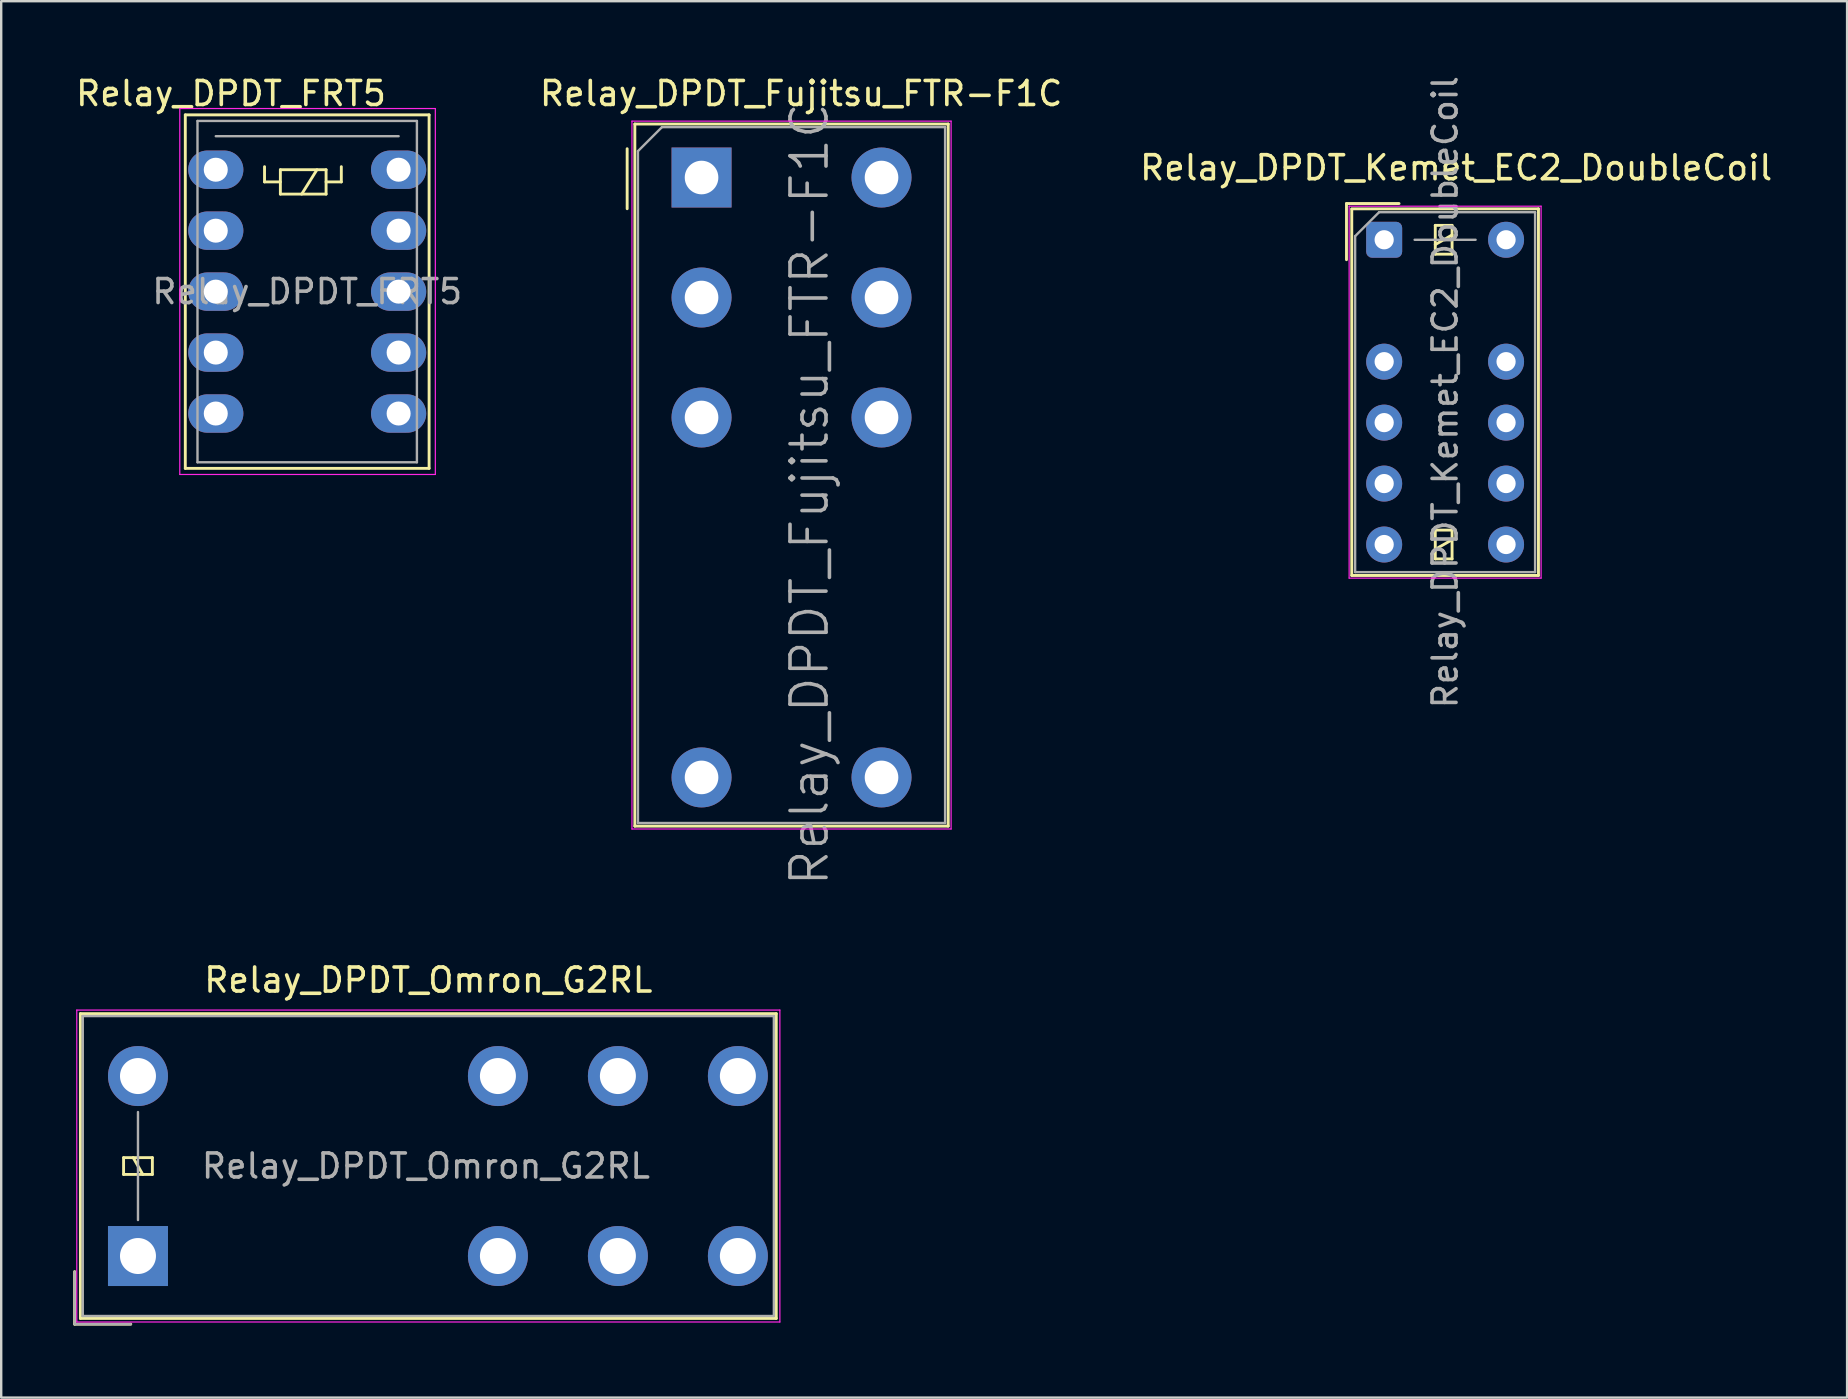
<source format=kicad_pcb>
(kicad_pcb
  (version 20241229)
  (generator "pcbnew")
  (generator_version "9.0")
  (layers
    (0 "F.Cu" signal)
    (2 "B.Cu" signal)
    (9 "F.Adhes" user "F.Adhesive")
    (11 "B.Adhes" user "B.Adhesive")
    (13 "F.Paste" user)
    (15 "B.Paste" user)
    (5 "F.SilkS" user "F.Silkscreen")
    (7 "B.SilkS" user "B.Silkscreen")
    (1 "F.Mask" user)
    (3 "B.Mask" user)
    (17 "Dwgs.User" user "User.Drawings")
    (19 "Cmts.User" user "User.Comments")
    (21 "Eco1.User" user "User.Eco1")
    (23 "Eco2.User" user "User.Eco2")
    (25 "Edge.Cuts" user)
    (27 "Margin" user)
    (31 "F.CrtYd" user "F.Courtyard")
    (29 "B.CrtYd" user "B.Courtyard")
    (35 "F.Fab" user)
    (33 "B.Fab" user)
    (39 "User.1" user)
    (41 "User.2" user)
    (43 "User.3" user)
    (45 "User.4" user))
  (footprint "Relay_DPDT_Kemet_EC2_DoubleCoil"
    (layer "F.Cu")
    (at 54.633 6.942)
    (property "Reference" "Relay_DPDT_Kemet_EC2_DoubleCoil" (at 3 -3 180) (layer "F.SilkS") (effects (font (size 1 1) (thickness 0.15))))
    (attr through_hole)
    (fp_line (start -1.57 -1.51) (end 0.62 -1.51) (stroke (width 0.12) (type solid)) (layer "F.SilkS"))
    (fp_line (start -1.57 0.83) (end -1.57 -1.51) (stroke (width 0.12) (type solid)) (layer "F.SilkS"))
    (fp_line (start -1.35 -1.27) (end -1.35 13.99) (stroke (width 0.12) (type solid)) (layer "F.SilkS"))
    (fp_line (start 2.13 -0.6) (end 2.13 0.6) (stroke (width 0.12) (type solid)) (layer "F.SilkS"))
    (fp_line (start 2.13 0.2) (end 2.83 -0.2) (stroke (width 0.12) (type solid)) (layer "F.SilkS"))
    (fp_line (start 2.13 0.6) (end 2.83 0.6) (stroke (width 0.12) (type solid)) (layer "F.SilkS"))
    (fp_line (start 2.13 12.1) (end 2.13 13.3) (stroke (width 0.12) (type solid)) (layer "F.SilkS"))
    (fp_line (start 2.13 12.9) (end 2.83 12.5) (stroke (width 0.12) (type solid)) (layer "F.SilkS"))
    (fp_line (start 2.13 13.3) (end 2.83 13.3) (stroke (width 0.12) (type solid)) (layer "F.SilkS"))
    (fp_line (start 2.83 -0.6) (end 2.13 -0.6) (stroke (width 0.12) (type solid)) (layer "F.SilkS"))
    (fp_line (start 2.83 0.6) (end 2.83 -0.6) (stroke (width 0.12) (type solid)) (layer "F.SilkS"))
    (fp_line (start 2.83 12.1) (end 2.13 12.1) (stroke (width 0.12) (type solid)) (layer "F.SilkS"))
    (fp_line (start 2.83 13.3) (end 2.83 12.1) (stroke (width 0.12) (type solid)) (layer "F.SilkS"))
    (fp_line (start 6.43 -1.29) (end -1.35 -1.29) (stroke (width 0.12) (type solid)) (layer "F.SilkS"))
    (fp_line (start 6.43 -1.29) (end 6.43 13.99) (stroke (width 0.12) (type solid)) (layer "F.SilkS"))
    (fp_line (start 6.43 13.99) (end -1.35 13.99) (stroke (width 0.12) (type solid)) (layer "F.SilkS"))
    (fp_line (start -1.46 -1.4) (end -1.46 14.1) (stroke (width 0.05) (type solid)) (layer "F.CrtYd"))
    (fp_line (start -1.46 14.1) (end 6.54 14.1) (stroke (width 0.05) (type solid)) (layer "F.CrtYd"))
    (fp_line (start 6.54 -1.4) (end -1.46 -1.4) (stroke (width 0.05) (type solid)) (layer "F.CrtYd"))
    (fp_line (start 6.54 -1.4) (end 6.54 14.1) (stroke (width 0.05) (type solid)) (layer "F.CrtYd"))
    (fp_line (start -1.21 -0.15) (end -1.21 13.85) (stroke (width 0.1) (type solid)) (layer "F.Fab"))
    (fp_line (start -1.21 -0.15) (end -0.21 -1.15) (stroke (width 0.1) (type solid)) (layer "F.Fab"))
    (fp_line (start 1.27 0) (end 3.81 0) (stroke (width 0.1) (type solid)) (layer "F.Fab"))
    (fp_line (start 6.29 -1.15) (end -0.21 -1.15) (stroke (width 0.1) (type solid)) (layer "F.Fab"))
    (fp_line (start 6.29 -1.15) (end 6.29 13.85) (stroke (width 0.1) (type solid)) (layer "F.Fab"))
    (fp_line (start 6.29 13.85) (end -1.21 13.85) (stroke (width 0.1) (type solid)) (layer "F.Fab"))
    (fp_text user "${REFERENCE}" (at 2.54 6.35 90) (layer "F.Fab") (effects (font (size 1 1) (thickness 0.15))))
    (pad "1" thru_hole roundrect (at 0 0) (size 1.5 1.5) (drill 0.8) (layers "*.Cu" "*.Mask") (roundrect_rratio 0.167))
    (pad "3" thru_hole circle (at 0 5.08) (size 1.5 1.5) (drill 0.8) (layers "*.Cu" "*.Mask"))
    (pad "4" thru_hole circle (at 0 7.62) (size 1.5 1.5) (drill 0.8) (layers "*.Cu" "*.Mask"))
    (pad "5" thru_hole circle (at 0 10.16) (size 1.5 1.5) (drill 0.8) (layers "*.Cu" "*.Mask"))
    (pad "6" thru_hole circle (at 0 12.7) (size 1.5 1.5) (drill 0.8) (layers "*.Cu" "*.Mask"))
    (pad "7" thru_hole circle (at 5.08 12.7) (size 1.5 1.5) (drill 0.8) (layers "*.Cu" "*.Mask"))
    (pad "8" thru_hole circle (at 5.08 10.16) (size 1.5 1.5) (drill 0.8) (layers "*.Cu" "*.Mask"))
    (pad "9" thru_hole circle (at 5.08 7.62) (size 1.5 1.5) (drill 0.8) (layers "*.Cu" "*.Mask"))
    (pad "10" thru_hole circle (at 5.08 5.08) (size 1.5 1.5) (drill 0.8) (layers "*.Cu" "*.Mask"))
    (pad "12" thru_hole circle (at 5.08 0) (size 1.5 1.5) (drill 0.8) (layers "*.Cu" "*.Mask")))
  (footprint "Relay_DPDT_FRT5"
    (layer "F.Cu")
    (at 5.942 4.023)
    (property "Reference" "Relay_DPDT_FRT5" (at 0.635 -3.175 0) (layer "F.SilkS") (effects (font (size 1 1) (thickness 0.15))))
    (attr through_hole)
    (fp_line (start -1.27 -2.286) (end 8.89 -2.286) (stroke (width 0.12) (type solid)) (layer "F.SilkS"))
    (fp_line (start -1.27 12.446) (end -1.27 -2.286) (stroke (width 0.12) (type solid)) (layer "F.SilkS"))
    (fp_line (start 2.032 -0.127) (end 2.032 0.508) (stroke (width 0.12) (type solid)) (layer "F.SilkS"))
    (fp_line (start 2.032 0.508) (end 2.692 0.508) (stroke (width 0.12) (type solid)) (layer "F.SilkS"))
    (fp_line (start 2.692 0) (end 2.692 1.016) (stroke (width 0.12) (type solid)) (layer "F.SilkS"))
    (fp_line (start 2.692 1.016) (end 4.597 1.016) (stroke (width 0.12) (type solid)) (layer "F.SilkS"))
    (fp_line (start 4.216 0) (end 3.581 1.016) (stroke (width 0.12) (type solid)) (layer "F.SilkS"))
    (fp_line (start 4.597 0) (end 2.692 0) (stroke (width 0.12) (type solid)) (layer "F.SilkS"))
    (fp_line (start 4.597 0) (end 4.597 1.016) (stroke (width 0.12) (type solid)) (layer "F.SilkS"))
    (fp_line (start 5.232 -0.127) (end 5.232 0.508) (stroke (width 0.12) (type solid)) (layer "F.SilkS"))
    (fp_line (start 5.232 0.508) (end 4.597 0.508) (stroke (width 0.12) (type solid)) (layer "F.SilkS"))
    (fp_line (start 8.89 -2.286) (end 8.89 12.446) (stroke (width 0.12) (type solid)) (layer "F.SilkS"))
    (fp_line (start 8.89 12.446) (end -1.27 12.446) (stroke (width 0.12) (type solid)) (layer "F.SilkS"))
    (fp_line (start -1.5 -2.55) (end 9.15 -2.55) (stroke (width 0.05) (type solid)) (layer "F.CrtYd"))
    (fp_line (start -1.5 12.7) (end -1.5 -2.55) (stroke (width 0.05) (type solid)) (layer "F.CrtYd"))
    (fp_line (start 9.15 -2.55) (end 9.15 12.7) (stroke (width 0.05) (type solid)) (layer "F.CrtYd"))
    (fp_line (start 9.15 12.7) (end -1.5 12.7) (stroke (width 0.05) (type solid)) (layer "F.CrtYd"))
    (fp_line (start -0.762 -2.032) (end 8.382 -2.032) (stroke (width 0.1) (type solid)) (layer "F.Fab"))
    (fp_line (start -0.762 12.192) (end -0.762 -2.032) (stroke (width 0.1) (type solid)) (layer "F.Fab"))
    (fp_line (start 0 -1.397) (end 7.62 -1.397) (stroke (width 0.1) (type solid)) (layer "F.Fab"))
    (fp_line (start 8.382 -2.032) (end 8.382 12.192) (stroke (width 0.1) (type solid)) (layer "F.Fab"))
    (fp_line (start 8.382 12.192) (end -0.762 12.192) (stroke (width 0.1) (type solid)) (layer "F.Fab"))
    (fp_text user "${REFERENCE}" (at 3.81 5.08 0) (layer "F.Fab") (effects (font (size 1 1) (thickness 0.15))))
    (pad "1" thru_hole oval (at 0 0) (size 2.3 1.6) (drill 1) (layers "*.Cu" "*.Mask"))
    (pad "2" thru_hole oval (at 0 2.54) (size 2.3 1.6) (drill 1) (layers "*.Cu" "*.Mask"))
    (pad "3" thru_hole oval (at 0 5.08) (size 2.3 1.6) (drill 1) (layers "*.Cu" "*.Mask"))
    (pad "4" thru_hole oval (at 0 7.62) (size 2.3 1.6) (drill 1) (layers "*.Cu" "*.Mask"))
    (pad "5" thru_hole oval (at 0 10.16) (size 2.3 1.6) (drill 1) (layers "*.Cu" "*.Mask"))
    (pad "6" thru_hole oval (at 7.62 10.16) (size 2.3 1.6) (drill 1) (layers "*.Cu" "*.Mask"))
    (pad "7" thru_hole oval (at 7.62 7.62) (size 2.3 1.6) (drill 1) (layers "*.Cu" "*.Mask"))
    (pad "8" thru_hole oval (at 7.62 5.08) (size 2.3 1.6) (drill 1) (layers "*.Cu" "*.Mask"))
    (pad "9" thru_hole oval (at 7.62 2.54) (size 2.3 1.6) (drill 1) (layers "*.Cu" "*.Mask"))
    (pad "10" thru_hole oval (at 7.62 0) (size 2.3 1.6) (drill 1) (layers "*.Cu" "*.Mask")))
  (footprint "Relay_DPDT_Omron_G2RL"
    (layer "F.Cu")
    (at 2.7 49.293)
    (property "Reference" "Relay_DPDT_Omron_G2RL" (at 12.1 -11.5 180) (layer "F.SilkS") (effects (font (size 1 1) (thickness 0.15))))
    (attr through_hole)
    (fp_line (start -2.64 2.84) (end -2.64 0.65) (stroke (width 0.12) (type solid)) (layer "F.SilkS"))
    (fp_line (start -2.4 -10.1) (end -2.4 2.6) (stroke (width 0.12) (type solid)) (layer "F.SilkS"))
    (fp_line (start -2.4 2.6) (end 26.6 2.6) (stroke (width 0.12) (type solid)) (layer "F.SilkS"))
    (fp_line (start -0.6 -4.1) (end -0.6 -3.4) (stroke (width 0.12) (type solid)) (layer "F.SilkS"))
    (fp_line (start -0.6 -3.4) (end 0.6 -3.4) (stroke (width 0.12) (type solid)) (layer "F.SilkS"))
    (fp_line (start -0.3 2.84) (end -2.64 2.84) (stroke (width 0.12) (type solid)) (layer "F.SilkS"))
    (fp_line (start 0.2 -3.4) (end -0.2 -4.1) (stroke (width 0.12) (type solid)) (layer "F.SilkS"))
    (fp_line (start 0.6 -4.1) (end -0.6 -4.1) (stroke (width 0.12) (type solid)) (layer "F.SilkS"))
    (fp_line (start 0.6 -3.4) (end 0.6 -4.1) (stroke (width 0.12) (type solid)) (layer "F.SilkS"))
    (fp_line (start 26.6 -10.1) (end -2.4 -10.1) (stroke (width 0.12) (type solid)) (layer "F.SilkS"))
    (fp_line (start 26.6 2.6) (end 26.6 -10.1) (stroke (width 0.12) (type solid)) (layer "F.SilkS"))
    (fp_line (start -2.55 -10.25) (end -2.55 2.75) (stroke (width 0.05) (type solid)) (layer "F.CrtYd"))
    (fp_line (start -2.55 2.75) (end 26.75 2.75) (stroke (width 0.05) (type solid)) (layer "F.CrtYd"))
    (fp_line (start 26.75 -10.25) (end -2.55 -10.25) (stroke (width 0.05) (type solid)) (layer "F.CrtYd"))
    (fp_line (start 26.75 2.75) (end 26.75 -10.25) (stroke (width 0.05) (type solid)) (layer "F.CrtYd"))
    (fp_line (start -2.64 2.84) (end -2.64 0.65) (stroke (width 0.1) (type solid)) (layer "F.Fab"))
    (fp_line (start -2.3 -10) (end -2.3 2.5) (stroke (width 0.1) (type solid)) (layer "F.Fab"))
    (fp_line (start -2.3 2.5) (end 26.5 2.5) (stroke (width 0.1) (type solid)) (layer "F.Fab"))
    (fp_line (start -0.3 2.84) (end -2.64 2.84) (stroke (width 0.1) (type solid)) (layer "F.Fab"))
    (fp_line (start 0 -1.5) (end 0 -6) (stroke (width 0.1) (type solid)) (layer "F.Fab"))
    (fp_line (start 26.5 -10) (end -2.3 -10) (stroke (width 0.1) (type solid)) (layer "F.Fab"))
    (fp_line (start 26.5 2.5) (end 26.5 -10) (stroke (width 0.1) (type solid)) (layer "F.Fab"))
    (fp_text user "${REFERENCE}" (at 12 -3.75 180) (layer "F.Fab") (effects (font (size 1 1) (thickness 0.15))))
    (pad "1" thru_hole rect (at 0 0 90) (size 2.5 2.5) (drill 1.5) (layers "*.Cu" "*.Mask"))
    (pad "2" thru_hole oval (at 15 0 90) (size 2.5 2.5) (drill 1.5) (layers "*.Cu" "*.Mask"))
    (pad "3" thru_hole oval (at 20 0 90) (size 2.5 2.5) (drill 1.5) (layers "*.Cu" "*.Mask"))
    (pad "4" thru_hole oval (at 25 0 90) (size 2.5 2.5) (drill 1.5) (layers "*.Cu" "*.Mask"))
    (pad "5" thru_hole oval (at 25 -7.5 90) (size 2.5 2.5) (drill 1.5) (layers "*.Cu" "*.Mask"))
    (pad "6" thru_hole oval (at 20 -7.5 90) (size 2.5 2.5) (drill 1.5) (layers "*.Cu" "*.Mask"))
    (pad "7" thru_hole oval (at 15 -7.5 90) (size 2.5 2.5) (drill 1.5) (layers "*.Cu" "*.Mask"))
    (pad "8" thru_hole oval (at 0 -7.5 90) (size 2.5 2.5) (drill 1.5) (layers "*.Cu" "*.Mask")))
  (footprint "Relay_DPDT_Fujitsu_FTR-F1C"
    (layer "F.Cu")
    (at 26.186 4.348)
    (property "Reference" "Relay_DPDT_Fujitsu_FTR-F1C" (at 4.15 -3.5 0) (layer "F.SilkS") (effects (font (size 1 1) (thickness 0.15))))
    (attr through_hole)
    (fp_line (start -3.1 -1.2) (end -3.1 1.3) (stroke (width 0.12) (type solid)) (layer "F.SilkS"))
    (fp_line (start -2.78 -2.23) (end 10.28 -2.23) (stroke (width 0.12) (type solid)) (layer "F.SilkS"))
    (fp_line (start -2.78 27.03) (end -2.78 -2.23) (stroke (width 0.12) (type solid)) (layer "F.SilkS"))
    (fp_line (start 10.28 -2.23) (end 10.28 27.03) (stroke (width 0.12) (type solid)) (layer "F.SilkS"))
    (fp_line (start 10.28 27.03) (end -2.78 27.03) (stroke (width 0.12) (type solid)) (layer "F.SilkS"))
    (fp_line (start -2.9 -2.35) (end 10.4 -2.35) (stroke (width 0.05) (type solid)) (layer "F.CrtYd"))
    (fp_line (start -2.9 27.15) (end -2.9 -2.35) (stroke (width 0.05) (type solid)) (layer "F.CrtYd"))
    (fp_line (start 10.4 -2.35) (end 10.4 27.15) (stroke (width 0.05) (type solid)) (layer "F.CrtYd"))
    (fp_line (start 10.4 27.15) (end -2.9 27.15) (stroke (width 0.05) (type solid)) (layer "F.CrtYd"))
    (fp_line (start -2.65 -1.1) (end -2.65 26.9) (stroke (width 0.1) (type solid)) (layer "F.Fab"))
    (fp_line (start -2.65 26.9) (end 10.15 26.9) (stroke (width 0.1) (type solid)) (layer "F.Fab"))
    (fp_line (start -1.65 -2.1) (end -2.65 -1.1) (stroke (width 0.1) (type solid)) (layer "F.Fab"))
    (fp_line (start -1.65 -2.1) (end 10.15 -2.1) (stroke (width 0.1) (type solid)) (layer "F.Fab"))
    (fp_line (start 10.15 -2.1) (end 10.15 26.9) (stroke (width 0.1) (type solid)) (layer "F.Fab"))
    (fp_text user "${REFERENCE}" (at 4.5 13.2 270) (layer "F.Fab") (effects (font (size 1.5 1.5) (thickness 0.15))))
    (pad "1" thru_hole rect (at 0 0 270) (size 2.5 2.5) (drill 1.4) (layers "*.Cu" "*.Mask"))
    (pad "2" thru_hole circle (at 0 5 270) (size 2.5 2.5) (drill 1.4) (layers "*.Cu" "*.Mask"))
    (pad "3" thru_hole circle (at 0 10 270) (size 2.5 2.5) (drill 1.4) (layers "*.Cu" "*.Mask"))
    (pad "4" thru_hole circle (at 0 25 270) (size 2.5 2.5) (drill 1.4) (layers "*.Cu" "*.Mask"))
    (pad "5" thru_hole circle (at 7.5 25 270) (size 2.5 2.5) (drill 1.4) (layers "*.Cu" "*.Mask"))
    (pad "6" thru_hole circle (at 7.5 10 270) (size 2.5 2.5) (drill 1.4) (layers "*.Cu" "*.Mask"))
    (pad "7" thru_hole circle (at 7.5 5 270) (size 2.5 2.5) (drill 1.4) (layers "*.Cu" "*.Mask"))
    (pad "8" thru_hole circle (at 7.5 0 270) (size 2.5 2.5) (drill 1.4) (layers "*.Cu" "*.Mask")))
  (gr_rect
    (start -3 -3)
    (end 73.925 55.193)
    (stroke (width 0.1) (type default))
    (fill no)
    (layer "Edge.Cuts")))
</source>
